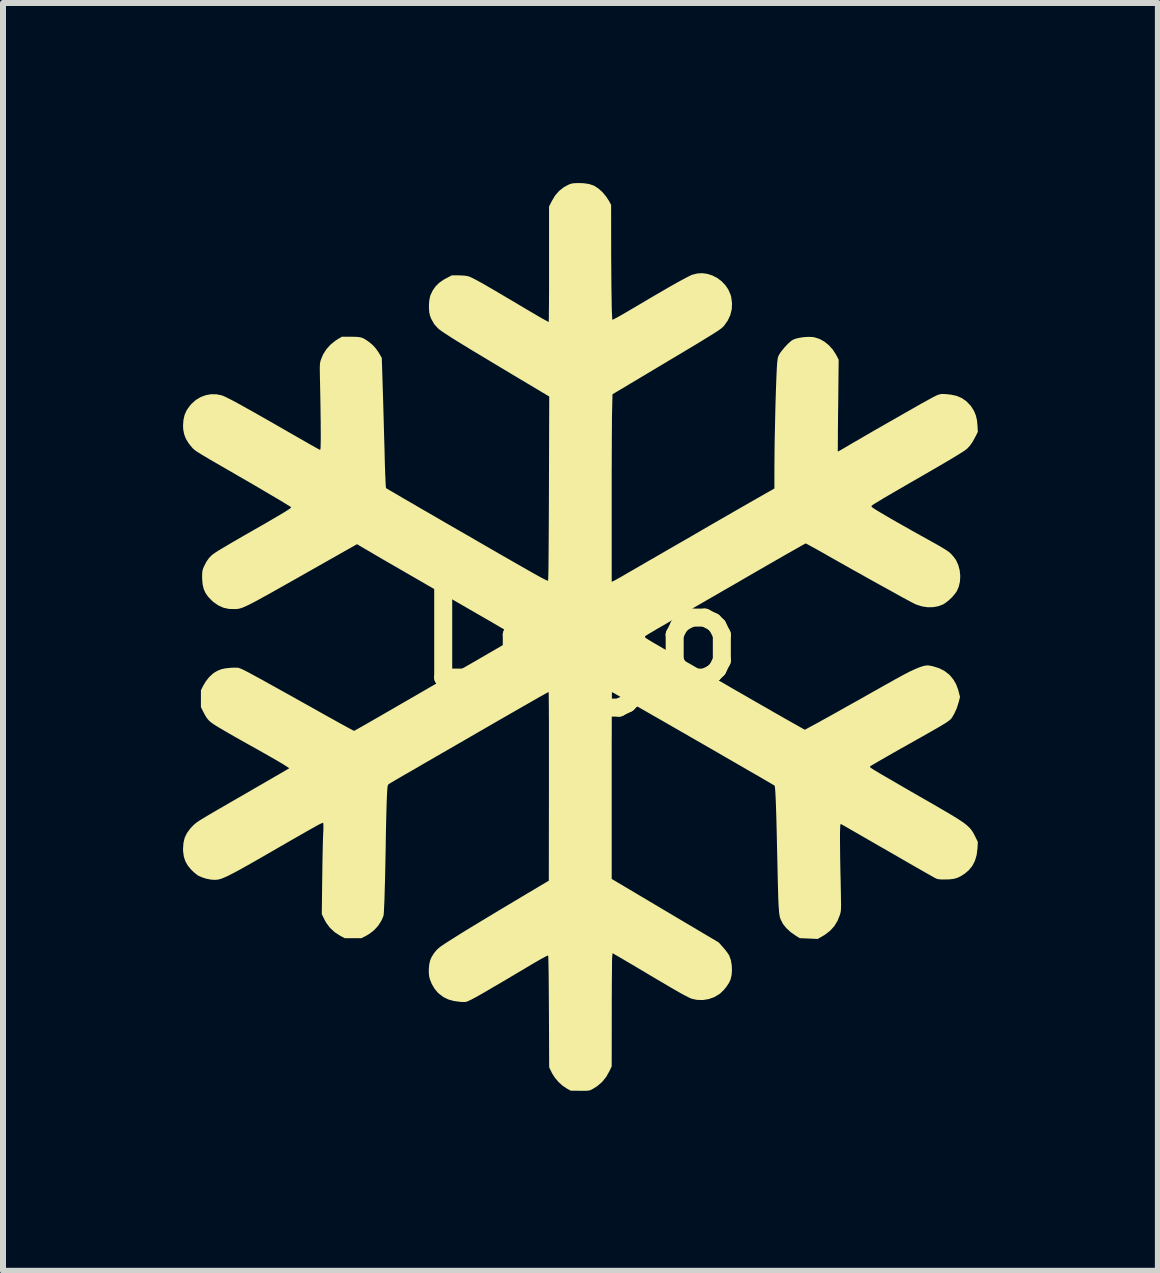
<source format=kicad_pcb>
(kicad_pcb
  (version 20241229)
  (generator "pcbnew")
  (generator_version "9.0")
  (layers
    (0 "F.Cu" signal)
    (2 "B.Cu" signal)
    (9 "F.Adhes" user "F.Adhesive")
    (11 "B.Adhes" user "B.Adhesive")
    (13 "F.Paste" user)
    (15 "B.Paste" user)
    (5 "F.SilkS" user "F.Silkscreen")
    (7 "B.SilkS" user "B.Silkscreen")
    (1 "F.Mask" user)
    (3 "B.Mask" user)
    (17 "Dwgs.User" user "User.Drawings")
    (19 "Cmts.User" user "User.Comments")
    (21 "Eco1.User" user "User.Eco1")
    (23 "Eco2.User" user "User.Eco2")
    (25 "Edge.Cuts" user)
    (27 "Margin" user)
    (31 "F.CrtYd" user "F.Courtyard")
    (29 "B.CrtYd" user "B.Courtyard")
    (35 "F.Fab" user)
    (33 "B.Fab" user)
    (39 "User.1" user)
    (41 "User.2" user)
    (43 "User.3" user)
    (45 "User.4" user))
  (footprint "Logo"
    (layer "F.Cu")
    (at 6.621 7.563)
    (property "Reference" "Logo" (at 0 0 0) (layer "F.SilkS") (effects (font (size 1.5 1.5) (thickness 0.3))))
    (attr board_only exclude_from_pos_files exclude_from_bom)
    (fp_poly (pts (xy 0.055 -7.56) (xy 0.144 -7.547) (xy 0.218 -7.522) (xy 0.232 -7.516) (xy 0.3 -7.472) (xy 0.367 -7.412) (xy 0.427 -7.341) (xy 0.478 -7.263) (xy 0.488 -7.244) (xy 0.512 -7.197) (xy 0.513 -6.574) (xy 0.513 -6.413) (xy 0.514 -6.259) (xy 0.515 -6.111) (xy 0.516 -5.972) (xy 0.517 -5.842) (xy 0.519 -5.723) (xy 0.521 -5.616) (xy 0.522 -5.522) (xy 0.524 -5.441) (xy 0.527 -5.376) (xy 0.529 -5.328) (xy 0.531 -5.297) (xy 0.533 -5.284) (xy 0.533 -5.284) (xy 0.543 -5.288) (xy 0.568 -5.3) (xy 0.606 -5.32) (xy 0.655 -5.347) (xy 0.713 -5.38) (xy 0.778 -5.418) (xy 0.831 -5.449) (xy 0.958 -5.524) (xy 1.068 -5.589) (xy 1.164 -5.646) (xy 1.248 -5.695) (xy 1.321 -5.737) (xy 1.384 -5.774) (xy 1.439 -5.806) (xy 1.487 -5.834) (xy 1.53 -5.858) (xy 1.57 -5.881) (xy 1.607 -5.902) (xy 1.644 -5.922) (xy 1.66 -5.931) (xy 1.714 -5.96) (xy 1.765 -5.987) (xy 1.81 -6.01) (xy 1.844 -6.027) (xy 1.861 -6.034) (xy 1.945 -6.056) (xy 2.031 -6.061) (xy 2.118 -6.049) (xy 2.201 -6.022) (xy 2.281 -5.981) (xy 2.353 -5.927) (xy 2.415 -5.862) (xy 2.466 -5.787) (xy 2.502 -5.704) (xy 2.513 -5.666) (xy 2.527 -5.563) (xy 2.523 -5.462) (xy 2.499 -5.365) (xy 2.456 -5.272) (xy 2.395 -5.186) (xy 2.385 -5.175) (xy 2.376 -5.165) (xy 2.364 -5.155) (xy 2.351 -5.143) (xy 2.333 -5.13) (xy 2.311 -5.114) (xy 2.284 -5.095) (xy 2.249 -5.073) (xy 2.207 -5.046) (xy 2.157 -5.015) (xy 2.096 -4.978) (xy 2.025 -4.934) (xy 1.943 -4.884) (xy 1.847 -4.827) (xy 1.738 -4.761) (xy 1.614 -4.687) (xy 1.474 -4.604) (xy 1.433 -4.579) (xy 0.535 -4.043) (xy 0.528 -3.74) (xy 0.527 -3.691) (xy 0.526 -3.624) (xy 0.526 -3.54) (xy 0.525 -3.441) (xy 0.524 -3.328) (xy 0.524 -3.204) (xy 0.523 -3.069) (xy 0.523 -2.926) (xy 0.522 -2.775) (xy 0.522 -2.619) (xy 0.522 -2.459) (xy 0.522 -2.297) (xy 0.522 -2.178) (xy 0.522 -0.919) (xy 0.544 -0.928) (xy 0.561 -0.936) (xy 0.591 -0.952) (xy 0.63 -0.974) (xy 0.674 -0.999) (xy 0.686 -1.005) (xy 0.72 -1.025) (xy 0.769 -1.054) (xy 0.83 -1.089) (xy 0.901 -1.13) (xy 0.979 -1.175) (xy 1.062 -1.223) (xy 1.147 -1.273) (xy 1.197 -1.301) (xy 1.289 -1.354) (xy 1.394 -1.415) (xy 1.508 -1.481) (xy 1.628 -1.55) (xy 1.75 -1.62) (xy 1.869 -1.689) (xy 1.981 -1.754) (xy 2.056 -1.798) (xy 2.16 -1.858) (xy 2.271 -1.922) (xy 2.386 -1.988) (xy 2.501 -2.054) (xy 2.613 -2.119) (xy 2.718 -2.179) (xy 2.812 -2.233) (xy 2.878 -2.271) (xy 3.233 -2.473) (xy 3.233 -2.796) (xy 3.234 -2.909) (xy 3.235 -3.03) (xy 3.236 -3.158) (xy 3.238 -3.292) (xy 3.241 -3.428) (xy 3.244 -3.566) (xy 3.247 -3.704) (xy 3.25 -3.838) (xy 3.254 -3.969) (xy 3.258 -4.093) (xy 3.262 -4.209) (xy 3.266 -4.314) (xy 3.27 -4.408) (xy 3.274 -4.487) (xy 3.278 -4.551) (xy 3.282 -4.596) (xy 3.283 -4.598) (xy 3.288 -4.641) (xy 3.297 -4.673) (xy 3.311 -4.702) (xy 3.333 -4.738) (xy 3.336 -4.742) (xy 3.365 -4.779) (xy 3.401 -4.823) (xy 3.44 -4.865) (xy 3.454 -4.879) (xy 3.49 -4.913) (xy 3.519 -4.937) (xy 3.545 -4.953) (xy 3.576 -4.965) (xy 3.596 -4.972) (xy 3.659 -4.986) (xy 3.73 -4.996) (xy 3.802 -5) (xy 3.867 -4.997) (xy 3.901 -4.992) (xy 3.986 -4.965) (xy 4.067 -4.92) (xy 4.141 -4.86) (xy 4.207 -4.787) (xy 4.26 -4.703) (xy 4.263 -4.699) (xy 4.304 -4.619) (xy 4.296 -3.854) (xy 4.294 -3.733) (xy 4.293 -3.618) (xy 4.292 -3.509) (xy 4.291 -3.41) (xy 4.291 -3.322) (xy 4.29 -3.245) (xy 4.29 -3.182) (xy 4.289 -3.133) (xy 4.289 -3.102) (xy 4.29 -3.088) (xy 4.29 -3.088) (xy 4.298 -3.092) (xy 4.322 -3.105) (xy 4.358 -3.125) (xy 4.403 -3.152) (xy 4.457 -3.183) (xy 4.495 -3.206) (xy 4.56 -3.244) (xy 4.637 -3.288) (xy 4.722 -3.338) (xy 4.816 -3.392) (xy 4.915 -3.45) (xy 5.019 -3.509) (xy 5.124 -3.569) (xy 5.229 -3.629) (xy 5.332 -3.688) (xy 5.431 -3.745) (xy 5.525 -3.798) (xy 5.611 -3.847) (xy 5.688 -3.891) (xy 5.754 -3.927) (xy 5.806 -3.956) (xy 5.843 -3.976) (xy 5.844 -3.977) (xy 5.899 -4.006) (xy 5.942 -4.027) (xy 5.979 -4.04) (xy 6.014 -4.047) (xy 6.052 -4.048) (xy 6.1 -4.045) (xy 6.161 -4.038) (xy 6.169 -4.038) (xy 6.268 -4.017) (xy 6.356 -3.98) (xy 6.433 -3.926) (xy 6.501 -3.855) (xy 6.517 -3.834) (xy 6.56 -3.764) (xy 6.59 -3.69) (xy 6.609 -3.608) (xy 6.617 -3.524) (xy 6.623 -3.417) (xy 6.581 -3.333) (xy 6.537 -3.253) (xy 6.493 -3.189) (xy 6.447 -3.139) (xy 6.405 -3.106) (xy 6.362 -3.078) (xy 6.309 -3.045) (xy 6.243 -3.004) (xy 6.163 -2.956) (xy 6.07 -2.901) (xy 5.962 -2.838) (xy 5.838 -2.766) (xy 5.698 -2.685) (xy 5.64 -2.651) (xy 5.493 -2.567) (xy 5.364 -2.492) (xy 5.25 -2.426) (xy 5.152 -2.369) (xy 5.068 -2.32) (xy 5 -2.279) (xy 4.945 -2.246) (xy 4.903 -2.22) (xy 4.874 -2.201) (xy 4.857 -2.189) (xy 4.852 -2.185) (xy 4.85 -2.176) (xy 4.857 -2.165) (xy 4.877 -2.149) (xy 4.91 -2.127) (xy 4.954 -2.1) (xy 5.016 -2.063) (xy 5.092 -2.018) (xy 5.183 -1.965) (xy 5.288 -1.905) (xy 5.405 -1.839) (xy 5.534 -1.766) (xy 5.673 -1.688) (xy 5.752 -1.645) (xy 5.844 -1.593) (xy 5.922 -1.55) (xy 5.985 -1.514) (xy 6.036 -1.484) (xy 6.077 -1.459) (xy 6.108 -1.439) (xy 6.133 -1.421) (xy 6.153 -1.406) (xy 6.169 -1.391) (xy 6.182 -1.378) (xy 6.212 -1.344) (xy 6.239 -1.309) (xy 6.259 -1.281) (xy 6.259 -1.281) (xy 6.297 -1.198) (xy 6.321 -1.108) (xy 6.33 -1.015) (xy 6.325 -0.923) (xy 6.305 -0.836) (xy 6.272 -0.761) (xy 6.237 -0.712) (xy 6.191 -0.659) (xy 6.138 -0.609) (xy 6.084 -0.567) (xy 6.047 -0.543) (xy 5.968 -0.512) (xy 5.881 -0.496) (xy 5.788 -0.494) (xy 5.695 -0.508) (xy 5.604 -0.536) (xy 5.573 -0.55) (xy 5.547 -0.563) (xy 5.505 -0.585) (xy 5.449 -0.615) (xy 5.38 -0.652) (xy 5.3 -0.696) (xy 5.211 -0.746) (xy 5.113 -0.8) (xy 5.009 -0.857) (xy 4.899 -0.918) (xy 4.786 -0.981) (xy 4.671 -1.046) (xy 4.555 -1.11) (xy 4.44 -1.175) (xy 4.328 -1.238) (xy 4.22 -1.299) (xy 4.133 -1.348) (xy 4.055 -1.393) (xy 3.982 -1.434) (xy 3.916 -1.471) (xy 3.858 -1.502) (xy 3.812 -1.528) (xy 3.778 -1.546) (xy 3.758 -1.556) (xy 3.754 -1.558) (xy 3.745 -1.553) (xy 3.719 -1.539) (xy 3.678 -1.516) (xy 3.624 -1.485) (xy 3.557 -1.447) (xy 3.479 -1.403) (xy 3.391 -1.353) (xy 3.294 -1.297) (xy 3.189 -1.237) (xy 3.078 -1.173) (xy 2.962 -1.106) (xy 2.91 -1.076) (xy 2.78 -1.001) (xy 2.646 -0.923) (xy 2.511 -0.845) (xy 2.377 -0.768) (xy 2.246 -0.692) (xy 2.119 -0.619) (xy 2 -0.55) (xy 1.89 -0.487) (xy 1.792 -0.43) (xy 1.706 -0.381) (xy 1.651 -0.349) (xy 1.534 -0.281) (xy 1.434 -0.223) (xy 1.348 -0.173) (xy 1.276 -0.132) (xy 1.217 -0.097) (xy 1.169 -0.068) (xy 1.132 -0.046) (xy 1.103 -0.028) (xy 1.083 -0.015) (xy 1.075 -0.01) (xy 1.071 -0.004) (xy 1.073 0.003) (xy 1.085 0.014) (xy 1.109 0.031) (xy 1.146 0.054) (xy 1.18 0.074) (xy 1.21 0.093) (xy 1.257 0.12) (xy 1.318 0.155) (xy 1.391 0.198) (xy 1.477 0.248) (xy 1.573 0.303) (xy 1.678 0.364) (xy 1.79 0.429) (xy 1.909 0.497) (xy 2.032 0.569) (xy 2.159 0.642) (xy 2.287 0.716) (xy 2.417 0.79) (xy 2.545 0.865) (xy 2.671 0.937) (xy 2.794 1.008) (xy 2.912 1.076) (xy 3.024 1.14) (xy 3.128 1.199) (xy 3.222 1.254) (xy 3.307 1.302) (xy 3.379 1.343) (xy 3.438 1.377) (xy 3.479 1.4) (xy 3.74 1.547) (xy 3.901 1.46) (xy 3.94 1.439) (xy 3.994 1.409) (xy 4.061 1.372) (xy 4.139 1.329) (xy 4.225 1.281) (xy 4.318 1.229) (xy 4.415 1.174) (xy 4.514 1.119) (xy 4.584 1.08) (xy 4.684 1.024) (xy 4.782 0.968) (xy 4.878 0.914) (xy 4.969 0.863) (xy 5.052 0.816) (xy 5.127 0.774) (xy 5.19 0.739) (xy 5.239 0.711) (xy 5.265 0.697) (xy 5.385 0.631) (xy 5.49 0.577) (xy 5.58 0.535) (xy 5.654 0.505) (xy 5.713 0.486) (xy 5.717 0.485) (xy 5.751 0.478) (xy 5.778 0.475) (xy 5.804 0.476) (xy 5.835 0.481) (xy 5.877 0.49) (xy 5.979 0.522) (xy 6.066 0.566) (xy 6.142 0.625) (xy 6.162 0.644) (xy 6.217 0.712) (xy 6.26 0.787) (xy 6.293 0.874) (xy 6.304 0.914) (xy 6.326 1) (xy 6.305 1.084) (xy 6.272 1.189) (xy 6.227 1.286) (xy 6.196 1.338) (xy 6.188 1.35) (xy 6.179 1.362) (xy 6.168 1.373) (xy 6.155 1.385) (xy 6.138 1.399) (xy 6.115 1.415) (xy 6.086 1.435) (xy 6.049 1.457) (xy 6.004 1.485) (xy 5.948 1.517) (xy 5.882 1.555) (xy 5.803 1.6) (xy 5.71 1.653) (xy 5.603 1.713) (xy 5.48 1.782) (xy 5.444 1.803) (xy 5.324 1.87) (xy 5.215 1.932) (xy 5.117 1.988) (xy 5.032 2.037) (xy 4.96 2.078) (xy 4.902 2.112) (xy 4.859 2.137) (xy 4.833 2.154) (xy 4.83 2.156) (xy 4.825 2.161) (xy 4.826 2.169) (xy 4.837 2.179) (xy 4.858 2.194) (xy 4.892 2.216) (xy 4.941 2.245) (xy 4.954 2.253) (xy 5.025 2.295) (xy 5.114 2.347) (xy 5.22 2.408) (xy 5.343 2.48) (xy 5.483 2.561) (xy 5.641 2.652) (xy 5.815 2.752) (xy 5.901 2.801) (xy 6.017 2.869) (xy 6.118 2.928) (xy 6.204 2.979) (xy 6.277 3.024) (xy 6.339 3.064) (xy 6.39 3.099) (xy 6.432 3.132) (xy 6.467 3.163) (xy 6.495 3.192) (xy 6.519 3.222) (xy 6.54 3.253) (xy 6.559 3.287) (xy 6.576 3.32) (xy 6.623 3.417) (xy 6.617 3.524) (xy 6.603 3.634) (xy 6.575 3.731) (xy 6.531 3.816) (xy 6.471 3.889) (xy 6.401 3.948) (xy 6.339 3.987) (xy 6.281 4.015) (xy 6.221 4.032) (xy 6.152 4.04) (xy 6.078 4.042) (xy 6.025 4.042) (xy 5.987 4.04) (xy 5.96 4.036) (xy 5.937 4.03) (xy 5.916 4.02) (xy 5.908 4.016) (xy 5.891 4.007) (xy 5.857 3.988) (xy 5.808 3.96) (xy 5.744 3.924) (xy 5.666 3.879) (xy 5.575 3.827) (xy 5.472 3.768) (xy 5.358 3.702) (xy 5.233 3.63) (xy 5.098 3.552) (xy 4.954 3.47) (xy 4.802 3.382) (xy 4.643 3.29) (xy 4.505 3.211) (xy 4.455 3.182) (xy 4.41 3.156) (xy 4.373 3.136) (xy 4.349 3.122) (xy 4.339 3.117) (xy 4.335 3.123) (xy 4.331 3.143) (xy 4.329 3.18) (xy 4.327 3.232) (xy 4.326 3.301) (xy 4.326 3.387) (xy 4.327 3.491) (xy 4.328 3.612) (xy 4.33 3.752) (xy 4.333 3.911) (xy 4.337 4.071) (xy 4.339 4.182) (xy 4.341 4.275) (xy 4.342 4.351) (xy 4.343 4.414) (xy 4.344 4.464) (xy 4.343 4.503) (xy 4.342 4.534) (xy 4.341 4.558) (xy 4.338 4.578) (xy 4.335 4.595) (xy 4.331 4.61) (xy 4.326 4.626) (xy 4.326 4.628) (xy 4.286 4.729) (xy 4.233 4.817) (xy 4.165 4.893) (xy 4.081 4.959) (xy 4.038 4.985) (xy 3.954 5.033) (xy 3.805 5.026) (xy 3.656 5.02) (xy 3.591 4.98) (xy 3.501 4.917) (xy 3.43 4.851) (xy 3.375 4.782) (xy 3.337 4.706) (xy 3.333 4.697) (xy 3.327 4.68) (xy 3.322 4.661) (xy 3.318 4.637) (xy 3.314 4.608) (xy 3.31 4.573) (xy 3.307 4.53) (xy 3.303 4.478) (xy 3.3 4.416) (xy 3.297 4.342) (xy 3.295 4.256) (xy 3.292 4.157) (xy 3.289 4.042) (xy 3.286 3.912) (xy 3.283 3.764) (xy 3.279 3.597) (xy 3.278 3.566) (xy 3.274 3.371) (xy 3.27 3.196) (xy 3.266 3.04) (xy 3.262 2.904) (xy 3.258 2.786) (xy 3.254 2.688) (xy 3.25 2.609) (xy 3.246 2.549) (xy 3.242 2.507) (xy 3.238 2.483) (xy 3.235 2.478) (xy 3.225 2.471) (xy 3.199 2.456) (xy 3.158 2.432) (xy 3.103 2.4) (xy 3.035 2.36) (xy 2.956 2.314) (xy 2.867 2.263) (xy 2.768 2.206) (xy 2.661 2.144) (xy 2.547 2.078) (xy 2.427 2.009) (xy 2.303 1.937) (xy 2.175 1.863) (xy 2.044 1.788) (xy 1.912 1.712) (xy 1.78 1.636) (xy 1.648 1.56) (xy 1.519 1.486) (xy 1.392 1.413) (xy 1.27 1.343) (xy 1.153 1.276) (xy 1.043 1.213) (xy 0.94 1.154) (xy 0.846 1.1) (xy 0.762 1.052) (xy 0.689 1.011) (xy 0.628 0.976) (xy 0.58 0.949) (xy 0.547 0.93) (xy 0.529 0.92) (xy 0.526 0.919) (xy 0.526 0.929) (xy 0.525 0.957) (xy 0.525 1.003) (xy 0.524 1.066) (xy 0.524 1.145) (xy 0.524 1.238) (xy 0.523 1.345) (xy 0.523 1.464) (xy 0.523 1.594) (xy 0.522 1.735) (xy 0.522 1.885) (xy 0.522 2.043) (xy 0.522 2.209) (xy 0.522 2.38) (xy 0.522 2.476) (xy 0.522 4.033) (xy 1.413 4.562) (xy 2.305 5.091) (xy 2.381 5.176) (xy 2.415 5.216) (xy 2.446 5.257) (xy 2.471 5.293) (xy 2.482 5.313) (xy 2.507 5.384) (xy 2.522 5.466) (xy 2.526 5.552) (xy 2.52 5.635) (xy 2.502 5.709) (xy 2.499 5.717) (xy 2.472 5.772) (xy 2.433 5.831) (xy 2.386 5.887) (xy 2.337 5.935) (xy 2.317 5.951) (xy 2.232 6.002) (xy 2.139 6.035) (xy 2.041 6.051) (xy 1.942 6.048) (xy 1.857 6.03) (xy 1.832 6.02) (xy 1.794 6.002) (xy 1.742 5.975) (xy 1.677 5.94) (xy 1.598 5.895) (xy 1.503 5.84) (xy 1.394 5.776) (xy 1.268 5.702) (xy 1.142 5.627) (xy 1.065 5.581) (xy 0.984 5.533) (xy 0.905 5.486) (xy 0.83 5.442) (xy 0.764 5.403) (xy 0.71 5.371) (xy 0.695 5.362) (xy 0.536 5.27) (xy 0.53 5.337) (xy 0.529 5.357) (xy 0.528 5.395) (xy 0.527 5.45) (xy 0.527 5.52) (xy 0.526 5.604) (xy 0.525 5.699) (xy 0.524 5.806) (xy 0.524 5.921) (xy 0.523 6.043) (xy 0.523 6.172) (xy 0.523 6.279) (xy 0.522 7.155) (xy 0.488 7.228) (xy 0.432 7.329) (xy 0.362 7.416) (xy 0.278 7.488) (xy 0.192 7.541) (xy 0.172 7.55) (xy 0.154 7.556) (xy 0.132 7.56) (xy 0.103 7.563) (xy 0.063 7.563) (xy 0.008 7.563) (xy -0.007 7.563) (xy -0.159 7.562) (xy -0.224 7.527) (xy -0.296 7.479) (xy -0.365 7.416) (xy -0.425 7.345) (xy -0.473 7.27) (xy -0.479 7.256) (xy -0.52 7.172) (xy -0.524 6.245) (xy -0.525 6.089) (xy -0.526 5.944) (xy -0.527 5.812) (xy -0.528 5.694) (xy -0.529 5.589) (xy -0.531 5.5) (xy -0.532 5.427) (xy -0.534 5.37) (xy -0.535 5.332) (xy -0.537 5.312) (xy -0.538 5.309) (xy -0.549 5.312) (xy -0.576 5.324) (xy -0.618 5.347) (xy -0.675 5.378) (xy -0.745 5.419) (xy -0.828 5.467) (xy -0.899 5.51) (xy -1.068 5.61) (xy -1.221 5.701) (xy -1.357 5.781) (xy -1.477 5.851) (xy -1.581 5.912) (xy -1.668 5.962) (xy -1.739 6.002) (xy -1.793 6.031) (xy -1.83 6.05) (xy -1.833 6.051) (xy -1.868 6.068) (xy -1.894 6.078) (xy -1.919 6.083) (xy -1.948 6.084) (xy -1.988 6.082) (xy -2.002 6.081) (xy -2.108 6.067) (xy -2.201 6.041) (xy -2.283 6.001) (xy -2.356 5.945) (xy -2.379 5.924) (xy -2.432 5.859) (xy -2.477 5.782) (xy -2.509 5.7) (xy -2.519 5.66) (xy -2.526 5.597) (xy -2.525 5.525) (xy -2.518 5.454) (xy -2.504 5.393) (xy -2.504 5.392) (xy -2.478 5.332) (xy -2.439 5.27) (xy -2.393 5.214) (xy -2.349 5.175) (xy -2.311 5.147) (xy -2.259 5.112) (xy -2.191 5.068) (xy -2.108 5.016) (xy -2.01 4.954) (xy -1.897 4.884) (xy -1.767 4.805) (xy -1.621 4.717) (xy -1.459 4.619) (xy -1.281 4.512) (xy -1.085 4.395) (xy -0.973 4.328) (xy -0.526 4.062) (xy -0.524 2.49) (xy -0.524 2.315) (xy -0.524 2.146) (xy -0.524 1.983) (xy -0.524 1.827) (xy -0.524 1.68) (xy -0.524 1.543) (xy -0.524 1.417) (xy -0.525 1.302) (xy -0.525 1.201) (xy -0.526 1.113) (xy -0.527 1.04) (xy -0.527 0.984) (xy -0.528 0.944) (xy -0.529 0.923) (xy -0.53 0.919) (xy -0.535 0.921) (xy -0.547 0.927) (xy -0.567 0.938) (xy -0.596 0.954) (xy -0.633 0.975) (xy -0.681 1.001) (xy -0.738 1.034) (xy -0.806 1.073) (xy -0.886 1.119) (xy -0.978 1.171) (xy -1.083 1.232) (xy -1.201 1.299) (xy -1.333 1.375) (xy -1.48 1.46) (xy -1.641 1.553) (xy -1.819 1.656) (xy -2.013 1.768) (xy -2.056 1.793) (xy -2.219 1.887) (xy -2.365 1.971) (xy -2.496 2.047) (xy -2.613 2.114) (xy -2.715 2.174) (xy -2.805 2.226) (xy -2.883 2.271) (xy -2.95 2.309) (xy -3.006 2.342) (xy -3.054 2.37) (xy -3.092 2.392) (xy -3.123 2.411) (xy -3.148 2.425) (xy -3.166 2.436) (xy -3.18 2.445) (xy -3.189 2.451) (xy -3.195 2.455) (xy -3.199 2.458) (xy -3.201 2.461) (xy -3.203 2.463) (xy -3.204 2.464) (xy -3.208 2.474) (xy -3.212 2.493) (xy -3.216 2.523) (xy -3.219 2.564) (xy -3.222 2.618) (xy -3.225 2.685) (xy -3.228 2.766) (xy -3.231 2.863) (xy -3.234 2.975) (xy -3.237 3.105) (xy -3.24 3.252) (xy -3.243 3.418) (xy -3.243 3.437) (xy -3.246 3.602) (xy -3.249 3.759) (xy -3.252 3.907) (xy -3.255 4.044) (xy -3.259 4.171) (xy -3.262 4.284) (xy -3.265 4.385) (xy -3.269 4.47) (xy -3.272 4.54) (xy -3.275 4.592) (xy -3.278 4.627) (xy -3.279 4.639) (xy -3.287 4.662) (xy -3.301 4.696) (xy -3.319 4.734) (xy -3.321 4.737) (xy -3.371 4.815) (xy -3.437 4.886) (xy -3.514 4.947) (xy -3.568 4.979) (xy -3.649 5.021) (xy -3.787 5.021) (xy -3.925 5.021) (xy -4.004 4.979) (xy -4.096 4.919) (xy -4.175 4.845) (xy -4.239 4.758) (xy -4.266 4.708) (xy -4.309 4.619) (xy -4.302 4.038) (xy -4.3 3.926) (xy -4.299 3.815) (xy -4.297 3.707) (xy -4.295 3.605) (xy -4.293 3.511) (xy -4.291 3.429) (xy -4.289 3.359) (xy -4.287 3.306) (xy -4.286 3.283) (xy -4.283 3.22) (xy -4.282 3.167) (xy -4.283 3.128) (xy -4.285 3.105) (xy -4.286 3.1) (xy -4.289 3.099) (xy -4.295 3.099) (xy -4.304 3.102) (xy -4.318 3.108) (xy -4.338 3.118) (xy -4.365 3.131) (xy -4.399 3.15) (xy -4.443 3.175) (xy -4.497 3.205) (xy -4.563 3.242) (xy -4.641 3.287) (xy -4.732 3.339) (xy -4.839 3.4) (xy -4.961 3.471) (xy -4.997 3.491) (xy -5.147 3.578) (xy -5.281 3.655) (xy -5.401 3.724) (xy -5.506 3.784) (xy -5.599 3.836) (xy -5.68 3.881) (xy -5.75 3.919) (xy -5.81 3.95) (xy -5.862 3.977) (xy -5.907 3.998) (xy -5.945 4.014) (xy -5.977 4.027) (xy -6.006 4.036) (xy -6.031 4.042) (xy -6.054 4.046) (xy -6.076 4.047) (xy -6.098 4.048) (xy -6.099 4.048) (xy -6.163 4.043) (xy -6.234 4.029) (xy -6.302 4.007) (xy -6.36 3.982) (xy -6.371 3.976) (xy -6.403 3.953) (xy -6.441 3.921) (xy -6.478 3.886) (xy -6.486 3.878) (xy -6.543 3.809) (xy -6.583 3.737) (xy -6.608 3.66) (xy -6.62 3.572) (xy -6.621 3.531) (xy -6.614 3.433) (xy -6.594 3.348) (xy -6.557 3.27) (xy -6.504 3.197) (xy -6.468 3.158) (xy -6.454 3.144) (xy -6.441 3.131) (xy -6.427 3.119) (xy -6.413 3.107) (xy -6.397 3.094) (xy -6.376 3.08) (xy -6.352 3.063) (xy -6.321 3.044) (xy -6.283 3.021) (xy -6.237 2.993) (xy -6.182 2.96) (xy -6.116 2.922) (xy -6.038 2.876) (xy -5.947 2.824) (xy -5.843 2.763) (xy -5.723 2.694) (xy -5.634 2.643) (xy -5.53 2.583) (xy -5.429 2.524) (xy -5.333 2.469) (xy -5.243 2.417) (xy -5.162 2.37) (xy -5.09 2.328) (xy -5.029 2.293) (xy -4.981 2.265) (xy -4.948 2.246) (xy -4.934 2.238) (xy -4.85 2.188) (xy -4.938 2.131) (xy -4.967 2.113) (xy -5.011 2.087) (xy -5.067 2.054) (xy -5.132 2.017) (xy -5.205 1.975) (xy -5.283 1.931) (xy -5.362 1.886) (xy -5.369 1.882) (xy -5.511 1.803) (xy -5.636 1.733) (xy -5.746 1.671) (xy -5.84 1.617) (xy -5.921 1.57) (xy -5.989 1.53) (xy -6.045 1.497) (xy -6.09 1.469) (xy -6.114 1.453) (xy -6.158 1.422) (xy -6.194 1.389) (xy -6.226 1.35) (xy -6.256 1.301) (xy -6.288 1.24) (xy -6.323 1.169) (xy -6.323 1.029) (xy -6.323 0.889) (xy -6.284 0.811) (xy -6.239 0.737) (xy -6.185 0.669) (xy -6.126 0.614) (xy -6.096 0.592) (xy -6.038 0.56) (xy -5.978 0.537) (xy -5.91 0.523) (xy -5.829 0.515) (xy -5.816 0.514) (xy -5.766 0.512) (xy -5.731 0.512) (xy -5.705 0.514) (xy -5.682 0.52) (xy -5.656 0.53) (xy -5.627 0.543) (xy -5.602 0.555) (xy -5.571 0.571) (xy -5.532 0.591) (xy -5.484 0.617) (xy -5.427 0.648) (xy -5.359 0.685) (xy -5.28 0.728) (xy -5.189 0.779) (xy -5.084 0.837) (xy -4.966 0.903) (xy -4.832 0.977) (xy -4.683 1.061) (xy -4.599 1.108) (xy -4.453 1.189) (xy -4.324 1.262) (xy -4.211 1.325) (xy -4.112 1.38) (xy -4.028 1.427) (xy -3.957 1.466) (xy -3.898 1.498) (xy -3.852 1.523) (xy -3.817 1.542) (xy -3.792 1.555) (xy -3.776 1.562) (xy -3.769 1.565) (xy -3.76 1.56) (xy -3.734 1.546) (xy -3.694 1.523) (xy -3.641 1.493) (xy -3.577 1.457) (xy -3.503 1.414) (xy -3.419 1.366) (xy -3.329 1.314) (xy -3.232 1.258) (xy -3.167 1.221) (xy -3.05 1.153) (xy -2.919 1.077) (xy -2.778 0.996) (xy -2.631 0.911) (xy -2.481 0.824) (xy -2.331 0.738) (xy -2.187 0.654) (xy -2.05 0.575) (xy -1.927 0.504) (xy -1.779 0.419) (xy -1.648 0.343) (xy -1.533 0.276) (xy -1.432 0.218) (xy -1.346 0.168) (xy -1.273 0.125) (xy -1.212 0.089) (xy -1.163 0.06) (xy -1.125 0.038) (xy -1.098 0.021) (xy -1.079 0.009) (xy -1.07 0.002) (xy -1.068 -0.000039) (xy -1.076 -0.007) (xy -1.102 -0.024) (xy -1.144 -0.05) (xy -1.203 -0.085) (xy -1.278 -0.129) (xy -1.369 -0.182) (xy -1.476 -0.245) (xy -1.598 -0.315) (xy -1.735 -0.394) (xy -1.887 -0.482) (xy -1.982 -0.537) (xy -2.178 -0.65) (xy -2.368 -0.759) (xy -2.55 -0.864) (xy -2.723 -0.964) (xy -2.886 -1.058) (xy -3.038 -1.146) (xy -3.177 -1.226) (xy -3.303 -1.299) (xy -3.414 -1.364) (xy -3.509 -1.42) (xy -3.53 -1.432) (xy -3.722 -1.545) (xy -4.439 -1.139) (xy -4.605 -1.045) (xy -4.755 -0.96) (xy -4.89 -0.884) (xy -5.01 -0.816) (xy -5.117 -0.756) (xy -5.211 -0.703) (xy -5.294 -0.658) (xy -5.366 -0.618) (xy -5.428 -0.585) (xy -5.482 -0.557) (xy -5.528 -0.533) (xy -5.567 -0.515) (xy -5.6 -0.5) (xy -5.629 -0.488) (xy -5.653 -0.48) (xy -5.675 -0.474) (xy -5.694 -0.469) (xy -5.712 -0.467) (xy -5.73 -0.465) (xy -5.749 -0.464) (xy -5.755 -0.464) (xy -5.855 -0.466) (xy -5.947 -0.486) (xy -6.032 -0.524) (xy -6.113 -0.58) (xy -6.148 -0.611) (xy -6.205 -0.672) (xy -6.247 -0.732) (xy -6.276 -0.797) (xy -6.294 -0.87) (xy -6.302 -0.956) (xy -6.303 -0.999) (xy -6.302 -1.049) (xy -6.3 -1.085) (xy -6.295 -1.114) (xy -6.286 -1.141) (xy -6.273 -1.172) (xy -6.233 -1.251) (xy -6.188 -1.315) (xy -6.137 -1.367) (xy -6.085 -1.404) (xy -6.033 -1.437) (xy -5.97 -1.475) (xy -5.896 -1.519) (xy -5.81 -1.57) (xy -5.71 -1.628) (xy -5.596 -1.694) (xy -5.466 -1.768) (xy -5.414 -1.798) (xy -5.333 -1.844) (xy -5.251 -1.891) (xy -5.172 -1.937) (xy -5.099 -1.98) (xy -5.034 -2.018) (xy -4.98 -2.05) (xy -4.948 -2.069) (xy -4.897 -2.101) (xy -4.861 -2.124) (xy -4.838 -2.14) (xy -4.825 -2.151) (xy -4.822 -2.159) (xy -4.825 -2.165) (xy -4.829 -2.168) (xy -4.847 -2.18) (xy -4.882 -2.201) (xy -4.931 -2.231) (xy -4.993 -2.269) (xy -5.068 -2.313) (xy -5.153 -2.363) (xy -5.248 -2.419) (xy -5.351 -2.48) (xy -5.461 -2.544) (xy -5.576 -2.611) (xy -5.696 -2.68) (xy -5.819 -2.752) (xy -5.871 -2.781) (xy -5.983 -2.846) (xy -6.079 -2.902) (xy -6.161 -2.949) (xy -6.229 -2.99) (xy -6.286 -3.023) (xy -6.332 -3.052) (xy -6.37 -3.075) (xy -6.399 -3.094) (xy -6.422 -3.111) (xy -6.44 -3.125) (xy -6.454 -3.138) (xy -6.466 -3.15) (xy -6.467 -3.151) (xy -6.529 -3.228) (xy -6.574 -3.302) (xy -6.603 -3.378) (xy -6.618 -3.458) (xy -6.621 -3.52) (xy -6.614 -3.617) (xy -6.594 -3.703) (xy -6.558 -3.781) (xy -6.505 -3.855) (xy -6.478 -3.886) (xy -6.408 -3.948) (xy -6.328 -3.996) (xy -6.242 -4.028) (xy -6.153 -4.044) (xy -6.063 -4.043) (xy -5.976 -4.025) (xy -5.944 -4.013) (xy -5.901 -3.993) (xy -5.841 -3.963) (xy -5.764 -3.923) (xy -5.671 -3.872) (xy -5.562 -3.811) (xy -5.436 -3.741) (xy -5.294 -3.66) (xy -5.135 -3.57) (xy -5.12 -3.561) (xy -4.982 -3.482) (xy -4.861 -3.412) (xy -4.755 -3.352) (xy -4.663 -3.299) (xy -4.586 -3.255) (xy -4.52 -3.217) (xy -4.467 -3.187) (xy -4.424 -3.163) (xy -4.391 -3.144) (xy -4.367 -3.131) (xy -4.351 -3.123) (xy -4.342 -3.118) (xy -4.341 -3.118) (xy -4.337 -3.118) (xy -4.333 -3.124) (xy -4.331 -3.136) (xy -4.329 -3.159) (xy -4.328 -3.192) (xy -4.327 -3.239) (xy -4.326 -3.301) (xy -4.326 -3.381) (xy -4.326 -3.409) (xy -4.327 -3.488) (xy -4.327 -3.583) (xy -4.329 -3.689) (xy -4.33 -3.801) (xy -4.332 -3.915) (xy -4.334 -4.027) (xy -4.336 -4.127) (xy -4.338 -4.229) (xy -4.34 -4.315) (xy -4.341 -4.384) (xy -4.342 -4.439) (xy -4.342 -4.483) (xy -4.341 -4.518) (xy -4.34 -4.544) (xy -4.337 -4.566) (xy -4.334 -4.583) (xy -4.33 -4.6) (xy -4.326 -4.613) (xy -4.289 -4.704) (xy -4.235 -4.79) (xy -4.166 -4.868) (xy -4.085 -4.934) (xy -4.048 -4.958) (xy -3.974 -5.002) (xy -3.822 -5.002) (xy -3.756 -5.001) (xy -3.705 -4.998) (xy -3.664 -4.992) (xy -3.629 -4.981) (xy -3.595 -4.964) (xy -3.556 -4.939) (xy -3.516 -4.91) (xy -3.46 -4.863) (xy -3.412 -4.811) (xy -3.366 -4.746) (xy -3.346 -4.713) (xy -3.309 -4.649) (xy -3.291 -4.073) (xy -3.287 -3.946) (xy -3.283 -3.807) (xy -3.279 -3.662) (xy -3.275 -3.514) (xy -3.271 -3.368) (xy -3.267 -3.228) (xy -3.263 -3.1) (xy -3.261 -2.993) (xy -3.258 -2.889) (xy -3.255 -2.793) (xy -3.252 -2.707) (xy -3.248 -2.632) (xy -3.246 -2.57) (xy -3.243 -2.523) (xy -3.24 -2.492) (xy -3.238 -2.479) (xy -3.238 -2.479) (xy -3.228 -2.473) (xy -3.202 -2.458) (xy -3.162 -2.434) (xy -3.107 -2.402) (xy -3.04 -2.363) (xy -2.962 -2.317) (xy -2.873 -2.265) (xy -2.775 -2.209) (xy -2.67 -2.147) (xy -2.557 -2.082) (xy -2.439 -2.014) (xy -2.317 -1.943) (xy -2.191 -1.87) (xy -2.063 -1.796) (xy -1.934 -1.722) (xy -1.805 -1.648) (xy -1.678 -1.574) (xy -1.553 -1.502) (xy -1.432 -1.432) (xy -1.316 -1.365) (xy -1.206 -1.302) (xy -1.103 -1.243) (xy -1.008 -1.189) (xy -0.975 -1.17) (xy -0.868 -1.109) (xy -0.778 -1.058) (xy -0.703 -1.016) (xy -0.643 -0.983) (xy -0.597 -0.96) (xy -0.565 -0.944) (xy -0.546 -0.937) (xy -0.539 -0.937) (xy -0.538 -0.946) (xy -0.536 -0.971) (xy -0.535 -1.013) (xy -0.533 -1.071) (xy -0.532 -1.145) (xy -0.531 -1.237) (xy -0.53 -1.346) (xy -0.529 -1.472) (xy -0.528 -1.617) (xy -0.527 -1.78) (xy -0.526 -1.962) (xy -0.525 -2.164) (xy -0.524 -2.384) (xy -0.524 -2.476) (xy -0.519 -4.006) (xy -1.014 -4.301) (xy -1.194 -4.409) (xy -1.358 -4.507) (xy -1.506 -4.596) (xy -1.639 -4.676) (xy -1.759 -4.748) (xy -1.865 -4.812) (xy -1.959 -4.87) (xy -2.041 -4.92) (xy -2.112 -4.964) (xy -2.173 -5.003) (xy -2.225 -5.037) (xy -2.269 -5.065) (xy -2.305 -5.09) (xy -2.334 -5.111) (xy -2.356 -5.128) (xy -2.374 -5.143) (xy -2.375 -5.144) (xy -2.435 -5.211) (xy -2.482 -5.293) (xy -2.505 -5.349) (xy -2.517 -5.402) (xy -2.523 -5.467) (xy -2.523 -5.537) (xy -2.518 -5.605) (xy -2.507 -5.664) (xy -2.499 -5.692) (xy -2.461 -5.773) (xy -2.413 -5.841) (xy -2.353 -5.9) (xy -2.278 -5.953) (xy -2.228 -5.98) (xy -2.142 -6.025) (xy -2.034 -6.025) (xy -1.978 -6.023) (xy -1.925 -6.019) (xy -1.882 -6.013) (xy -1.871 -6.01) (xy -1.853 -6.004) (xy -1.83 -5.995) (xy -1.8 -5.981) (xy -1.763 -5.962) (xy -1.718 -5.938) (xy -1.663 -5.908) (xy -1.597 -5.871) (xy -1.52 -5.826) (xy -1.43 -5.774) (xy -1.327 -5.713) (xy -1.208 -5.643) (xy -1.074 -5.564) (xy -0.957 -5.494) (xy -0.857 -5.435) (xy -0.771 -5.385) (xy -0.7 -5.343) (xy -0.643 -5.31) (xy -0.598 -5.285) (xy -0.565 -5.267) (xy -0.543 -5.255) (xy -0.53 -5.25) (xy -0.528 -5.25) (xy -0.527 -5.26) (xy -0.526 -5.288) (xy -0.525 -5.333) (xy -0.525 -5.394) (xy -0.524 -5.47) (xy -0.523 -5.559) (xy -0.523 -5.659) (xy -0.522 -5.77) (xy -0.522 -5.89) (xy -0.522 -6.018) (xy -0.522 -6.152) (xy -0.522 -6.211) (xy -0.522 -7.172) (xy -0.476 -7.263) (xy -0.421 -7.355) (xy -0.355 -7.431) (xy -0.276 -7.493) (xy -0.228 -7.52) (xy -0.192 -7.538) (xy -0.164 -7.549) (xy -0.136 -7.556) (xy -0.103 -7.56) (xy -0.059 -7.562) (xy -0.046 -7.563)) (stroke (width 0) (type solid)) (fill yes) (layer "F.SilkS")))
  (gr_rect
    (start -3 -3)
    (end 16.244 18.126)
    (stroke (width 0.1) (type default))
    (fill no)
    (layer "Edge.Cuts")))
</source>
